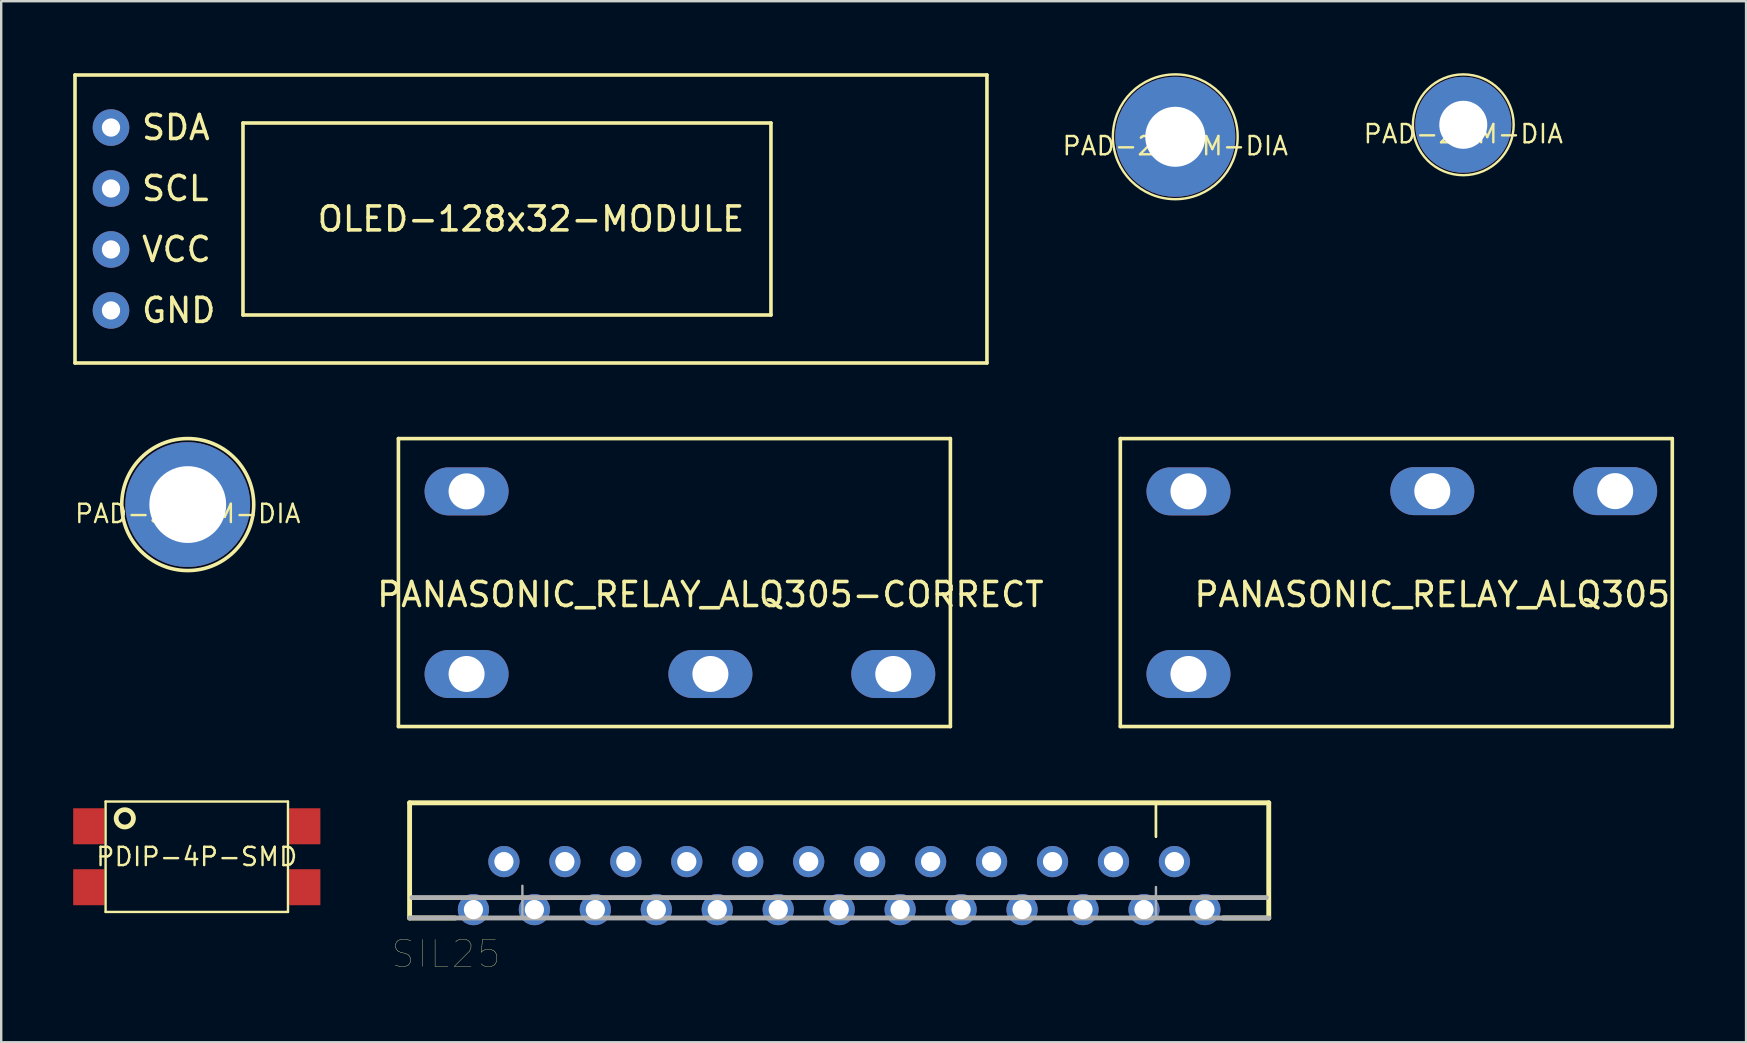
<source format=kicad_pcb>
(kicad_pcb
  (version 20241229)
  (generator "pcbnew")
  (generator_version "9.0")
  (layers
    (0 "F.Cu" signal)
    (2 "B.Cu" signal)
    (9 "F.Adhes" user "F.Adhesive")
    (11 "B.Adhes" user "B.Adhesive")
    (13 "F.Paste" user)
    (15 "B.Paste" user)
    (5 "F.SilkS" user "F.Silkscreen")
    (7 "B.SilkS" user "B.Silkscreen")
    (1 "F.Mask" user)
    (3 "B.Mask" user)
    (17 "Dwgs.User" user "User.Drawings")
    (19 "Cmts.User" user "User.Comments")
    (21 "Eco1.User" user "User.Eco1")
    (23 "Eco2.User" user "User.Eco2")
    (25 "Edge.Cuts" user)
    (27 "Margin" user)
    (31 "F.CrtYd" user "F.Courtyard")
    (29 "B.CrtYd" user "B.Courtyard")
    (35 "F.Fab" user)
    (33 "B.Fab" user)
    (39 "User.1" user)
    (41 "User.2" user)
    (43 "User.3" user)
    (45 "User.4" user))
  (footprint "PAD-2.5MM-DIA"
    (layer "F.Cu")
    (at 45.923 2.65)
    (property "Reference" "PAD-2.5MM-DIA" (at 0 0.381 0) (layer "F.SilkS") (effects (font (size 0.762 0.762) (thickness 0.1))))
    (attr through_hole)
    (fp_circle (center 0 0) (end 2.6 0) (stroke (width 0.1) (type solid)) (fill no) (layer "F.SilkS"))
    (pad "" thru_hole circle (at 0 0) (size 5 5) (drill 2.5) (layers "*.Cu" "*.Mask")))
  (footprint "PDIP-4P-SMD"
    (layer "F.Cu")
    (at 5.15 32.65)
    (property "Reference" "PDIP-4P-SMD" (at 0 0 0) (layer "F.SilkS") (effects (font (size 0.762 0.762) (thickness 0.1))))
    (attr through_hole)
    (fp_line (start -3.8 -2.3) (end -3.8 2.3) (stroke (width 0.1) (type solid)) (layer "F.SilkS"))
    (fp_line (start -3.8 2.3) (end 3.8 2.3) (stroke (width 0.1) (type solid)) (layer "F.SilkS"))
    (fp_line (start 3.8 -2.3) (end -3.8 -2.3) (stroke (width 0.1) (type solid)) (layer "F.SilkS"))
    (fp_line (start 3.8 2.3) (end 3.8 -2.3) (stroke (width 0.1) (type solid)) (layer "F.SilkS"))
    (fp_circle (center -3 -1.6) (end -2.7 -1.4) (stroke (width 0.2) (type solid)) (fill no) (layer "F.SilkS"))
    (pad "1" smd rect (at -4.5 -1.27) (size 1.3 1.5) (layers "F.Cu" "F.Mask" "F.Paste"))
    (pad "2" smd rect (at -4.5 1.27) (size 1.3 1.5) (layers "F.Cu" "F.Mask" "F.Paste"))
    (pad "3" smd rect (at 4.5 1.27) (size 1.3 1.5) (layers "F.Cu" "F.Mask" "F.Paste"))
    (pad "4" smd rect (at 4.5 -1.27) (size 1.3 1.5) (layers "F.Cu" "F.Mask" "F.Paste")))
  (footprint "SIL25"
    (layer "F.Cu")
    (at 31.918 32.852)
    (property "Reference" "SIL25" (at -16.384 3.847 0) (layer "F.SilkS") (effects (font (size 1.122 1.122) (thickness 0.015))))
    (attr through_hole)
    (fp_line (start -17.9 -2.45) (end -17.9 2.35) (stroke (width 0.203) (type solid)) (layer "F.SilkS"))
    (fp_line (start -17.9 2.35) (end -16 2.35) (stroke (width 0.203) (type solid)) (layer "F.SilkS"))
    (fp_line (start 13.2 -1.033) (end 13.2 -2.4) (stroke (width 0.1) (type solid)) (layer "F.SilkS"))
    (fp_line (start 13.2 -1.033) (end 13.2 -2.4) (stroke (width 0.1) (type solid)) (layer "F.SilkS"))
    (fp_line (start 16 2.35) (end 17.9 2.35) (stroke (width 0.203) (type solid)) (layer "F.SilkS"))
    (fp_line (start 17.9 -2.45) (end -17.9 -2.45) (stroke (width 0.203) (type solid)) (layer "F.SilkS"))
    (fp_line (start 17.9 2.35) (end 17.9 -2.45) (stroke (width 0.203) (type solid)) (layer "F.SilkS"))
    (fp_line (start -17.9 2.35) (end 17.9 2.35) (stroke (width 0.203) (type solid)) (layer "F.Fab"))
    (fp_line (start -17.8 1.5) (end 17.8 1.5) (stroke (width 0.203) (type solid)) (layer "F.Fab"))
    (fp_line (start -13.2 2.275) (end -13.2 1.008) (stroke (width 0.1) (type solid)) (layer "F.Fab"))
    (fp_line (start 13.2 2.275) (end 13.2 1.058) (stroke (width 0.1) (type solid)) (layer "F.Fab"))
    (pad "1" thru_hole circle (at -15.24 2) (size 1.3 1.3) (drill 0.8) (layers "*.Cu" "*.Mask"))
    (pad "2" thru_hole circle (at -13.97 0) (size 1.3 1.3) (drill 0.8) (layers "*.Cu" "*.Mask"))
    (pad "3" thru_hole circle (at -12.7 2) (size 1.3 1.3) (drill 0.8) (layers "*.Cu" "*.Mask"))
    (pad "4" thru_hole circle (at -11.43 0) (size 1.3 1.3) (drill 0.8) (layers "*.Cu" "*.Mask"))
    (pad "5" thru_hole circle (at -10.16 2) (size 1.3 1.3) (drill 0.8) (layers "*.Cu" "*.Mask"))
    (pad "6" thru_hole circle (at -8.89 0) (size 1.3 1.3) (drill 0.8) (layers "*.Cu" "*.Mask"))
    (pad "7" thru_hole circle (at -7.62 2) (size 1.3 1.3) (drill 0.8) (layers "*.Cu" "*.Mask"))
    (pad "8" thru_hole circle (at -6.35 0) (size 1.3 1.3) (drill 0.8) (layers "*.Cu" "*.Mask"))
    (pad "9" thru_hole circle (at -5.08 2) (size 1.3 1.3) (drill 0.8) (layers "*.Cu" "*.Mask"))
    (pad "10" thru_hole circle (at -3.81 0) (size 1.3 1.3) (drill 0.8) (layers "*.Cu" "*.Mask"))
    (pad "11" thru_hole circle (at -2.54 2) (size 1.3 1.3) (drill 0.8) (layers "*.Cu" "*.Mask"))
    (pad "12" thru_hole circle (at -1.27 0) (size 1.3 1.3) (drill 0.8) (layers "*.Cu" "*.Mask"))
    (pad "13" thru_hole circle (at 0 2) (size 1.3 1.3) (drill 0.8) (layers "*.Cu" "*.Mask"))
    (pad "14" thru_hole circle (at 1.27 0) (size 1.3 1.3) (drill 0.8) (layers "*.Cu" "*.Mask"))
    (pad "15" thru_hole circle (at 2.54 2) (size 1.3 1.3) (drill 0.8) (layers "*.Cu" "*.Mask"))
    (pad "16" thru_hole circle (at 3.81 0) (size 1.3 1.3) (drill 0.8) (layers "*.Cu" "*.Mask"))
    (pad "17" thru_hole circle (at 5.08 2) (size 1.3 1.3) (drill 0.8) (layers "*.Cu" "*.Mask"))
    (pad "18" thru_hole circle (at 6.35 0) (size 1.3 1.3) (drill 0.8) (layers "*.Cu" "*.Mask"))
    (pad "19" thru_hole circle (at 7.62 2) (size 1.3 1.3) (drill 0.8) (layers "*.Cu" "*.Mask"))
    (pad "20" thru_hole circle (at 8.89 0) (size 1.3 1.3) (drill 0.8) (layers "*.Cu" "*.Mask"))
    (pad "21" thru_hole circle (at 10.16 2) (size 1.3 1.3) (drill 0.8) (layers "*.Cu" "*.Mask"))
    (pad "22" thru_hole circle (at 11.43 0) (size 1.3 1.3) (drill 0.8) (layers "*.Cu" "*.Mask"))
    (pad "23" thru_hole circle (at 12.7 2) (size 1.3 1.3) (drill 0.8) (layers "*.Cu" "*.Mask"))
    (pad "24" thru_hole circle (at 13.97 0) (size 1.3 1.3) (drill 0.8) (layers "*.Cu" "*.Mask"))
    (pad "25" thru_hole circle (at 15.24 2) (size 1.3 1.3) (drill 0.8) (layers "*.Cu" "*.Mask")))
  (footprint "OLED-128x32-MODULE"
    (layer "F.Cu")
    (at 19.075 6.075)
    (property "Reference" "OLED-128x32-MODULE" (at 0 0 0) (layer "F.SilkS") (effects (font (size 1 1) (thickness 0.15))))
    (attr through_hole)
    (fp_line (start -19 -6) (end -19 6) (stroke (width 0.15) (type solid)) (layer "F.SilkS"))
    (fp_line (start -19 -6) (end 19 -6) (stroke (width 0.15) (type solid)) (layer "F.SilkS"))
    (fp_line (start -19 6) (end 19 6) (stroke (width 0.15) (type solid)) (layer "F.SilkS"))
    (fp_line (start -12 -4) (end 10 -4) (stroke (width 0.15) (type solid)) (layer "F.SilkS"))
    (fp_line (start -12 4) (end -12 -4) (stroke (width 0.15) (type solid)) (layer "F.SilkS"))
    (fp_line (start 10 -4) (end 10 4) (stroke (width 0.15) (type solid)) (layer "F.SilkS"))
    (fp_line (start 10 4) (end -12 4) (stroke (width 0.15) (type solid)) (layer "F.SilkS"))
    (fp_line (start 19 -6) (end 19 6) (stroke (width 0.15) (type solid)) (layer "F.SilkS"))
    (fp_text user "VCC" (at -16.3 1.27 0) (layer "F.SilkS") (effects (font (size 1 1) (thickness 0.15)) (justify left)))
    (fp_text user "SCL" (at -16.3 -1.27 0) (layer "F.SilkS") (effects (font (size 1 1) (thickness 0.15)) (justify left)))
    (fp_text user "GND" (at -16.3 3.81 0) (layer "F.SilkS") (effects (font (size 1 1) (thickness 0.15)) (justify left)))
    (fp_text user "SDA" (at -16.3 -3.81 0) (layer "F.SilkS") (effects (font (size 1 1) (thickness 0.15)) (justify left)))
    (pad "1" thru_hole circle (at -17.5 3.81) (size 1.524 1.524) (drill 0.762) (layers "*.Cu" "*.Mask"))
    (pad "2" thru_hole circle (at -17.5 1.27) (size 1.524 1.524) (drill 0.762) (layers "*.Cu" "*.Mask"))
    (pad "3" thru_hole circle (at -17.5 -1.27) (size 1.524 1.524) (drill 0.762) (layers "*.Cu" "*.Mask"))
    (pad "4" thru_hole circle (at -17.5 -3.81) (size 1.524 1.524) (drill 0.762) (layers "*.Cu" "*.Mask")))
  (footprint "PANASONIC_RELAY_ALQ305"
    (layer "F.Cu")
    (at 56.633 21.225)
    (property "Reference" "PANASONIC_RELAY_ALQ305" (at 0 0.5 0) (layer "F.SilkS") (effects (font (size 1 1) (thickness 0.15))))
    (attr through_hole)
    (fp_line (start -13 -6) (end 10 -6) (stroke (width 0.15) (type solid)) (layer "F.SilkS"))
    (fp_line (start -13 6) (end -13 -6) (stroke (width 0.15) (type solid)) (layer "F.SilkS"))
    (fp_line (start 10 -6) (end 10 6) (stroke (width 0.15) (type solid)) (layer "F.SilkS"))
    (fp_line (start 10 6) (end -13 6) (stroke (width 0.15) (type solid)) (layer "F.SilkS"))
    (pad "1" thru_hole oval (at -10.16 -3.8) (size 3.5 2) (drill 1.5) (layers "*.Cu" "*.Mask"))
    (pad "2" thru_hole oval (at -10.16 3.81) (size 3.5 2) (drill 1.5) (layers "*.Cu" "*.Mask"))
    (pad "3" thru_hole oval (at 0 -3.81) (size 3.5 2) (drill 1.5) (layers "*.Cu" "*.Mask"))
    (pad "4" thru_hole oval (at 7.62 -3.81) (size 3.5 2) (drill 1.5) (layers "*.Cu" "*.Mask")))
  (footprint "PANASONIC_RELAY_ALQ305-CORRECT"
    (layer "F.Cu")
    (at 26.552 21.225)
    (property "Reference" "PANASONIC_RELAY_ALQ305-CORRECT" (at 0 0.5 0) (layer "F.SilkS") (effects (font (size 1 1) (thickness 0.15))))
    (attr through_hole)
    (fp_line (start -13 -6) (end 10 -6) (stroke (width 0.15) (type solid)) (layer "F.SilkS"))
    (fp_line (start -13 6) (end -13 -6) (stroke (width 0.15) (type solid)) (layer "F.SilkS"))
    (fp_line (start 10 -6) (end 10 6) (stroke (width 0.15) (type solid)) (layer "F.SilkS"))
    (fp_line (start 10 6) (end -13 6) (stroke (width 0.15) (type solid)) (layer "F.SilkS"))
    (pad "1" thru_hole oval (at -10.16 -3.8) (size 3.5 2) (drill 1.5) (layers "*.Cu" "*.Mask"))
    (pad "2" thru_hole oval (at -10.16 3.81) (size 3.5 2) (drill 1.5) (layers "*.Cu" "*.Mask"))
    (pad "3" thru_hole oval (at 0 3.81) (size 3.5 2) (drill 1.5) (layers "*.Cu" "*.Mask"))
    (pad "4" thru_hole oval (at 7.62 3.81) (size 3.5 2) (drill 1.5) (layers "*.Cu" "*.Mask")))
  (footprint "PAD-3.2MM-DIA"
    (layer "F.Cu")
    (at 4.773 17.975)
    (property "Reference" "PAD-3.2MM-DIA" (at 0 0.381 0) (layer "F.SilkS") (effects (font (size 0.762 0.762) (thickness 0.1))))
    (attr through_hole)
    (fp_circle (center 0 0) (end 2.75 0) (stroke (width 0.15) (type solid)) (fill no) (layer "F.SilkS"))
    (pad "" thru_hole circle (at 0 0) (size 5.2 5.2) (drill 3.2) (layers "*.Cu" "*.Mask")))
  (footprint "PAD-2MM-DIA"
    (layer "F.Cu")
    (at 57.924 2.15)
    (property "Reference" "PAD-2MM-DIA" (at 0 0.381 0) (layer "F.SilkS") (effects (font (size 0.762 0.762) (thickness 0.1))))
    (attr through_hole)
    (fp_circle (center 0 0) (end 2.1 0) (stroke (width 0.1) (type solid)) (fill no) (layer "F.SilkS"))
    (pad "" thru_hole circle (at 0 0) (size 4 4) (drill 2) (layers "*.Cu" "*.Mask")))
  (gr_rect
    (start -3 -3)
    (end 69.708 40.381)
    (stroke (width 0.1) (type default))
    (fill no)
    (layer "Edge.Cuts")))
</source>
